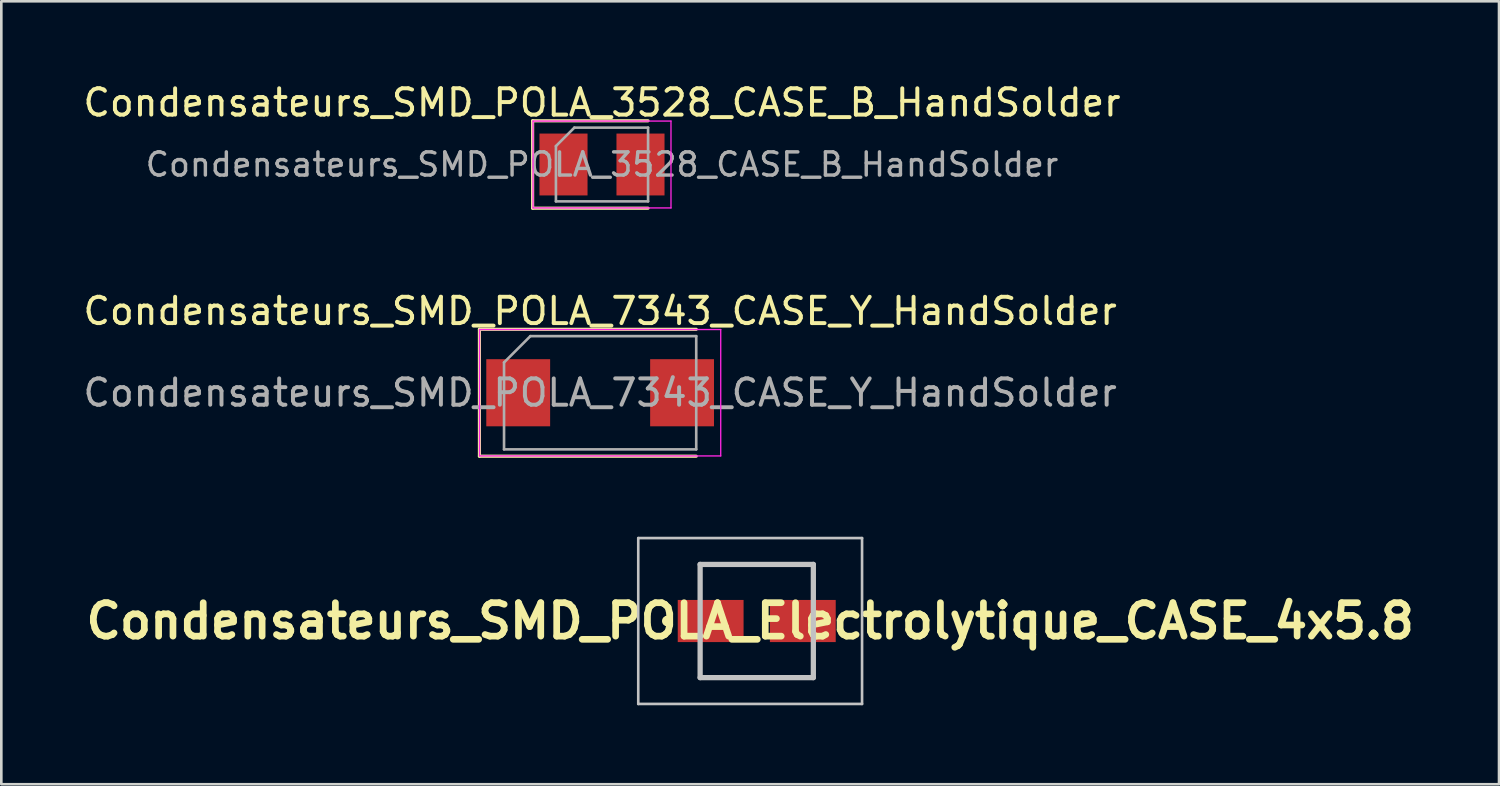
<source format=kicad_pcb>
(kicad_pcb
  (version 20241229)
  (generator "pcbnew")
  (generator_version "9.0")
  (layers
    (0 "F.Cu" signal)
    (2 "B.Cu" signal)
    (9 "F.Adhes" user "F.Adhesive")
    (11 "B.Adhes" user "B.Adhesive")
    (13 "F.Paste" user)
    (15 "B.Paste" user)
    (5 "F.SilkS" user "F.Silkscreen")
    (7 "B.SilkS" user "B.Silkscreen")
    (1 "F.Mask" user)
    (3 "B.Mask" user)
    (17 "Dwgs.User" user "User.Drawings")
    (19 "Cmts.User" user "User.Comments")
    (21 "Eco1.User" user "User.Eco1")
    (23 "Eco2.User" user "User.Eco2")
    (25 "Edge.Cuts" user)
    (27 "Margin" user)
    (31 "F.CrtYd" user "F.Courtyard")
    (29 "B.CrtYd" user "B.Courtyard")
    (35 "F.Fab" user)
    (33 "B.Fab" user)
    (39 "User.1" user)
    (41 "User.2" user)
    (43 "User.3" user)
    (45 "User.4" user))
  (footprint "Condensateurs_SMD_POLA_3528_CASE_B_HandSolder"
    (layer "F.Cu")
    (at 19.815 3.198)
    (property "Reference" "Condensateurs_SMD_POLA_3528_CASE_B_HandSolder" (at 0 -2.35 0) (layer "F.SilkS") (effects (font (size 1 1) (thickness 0.15))))
    (attr smd)
    (fp_line (start -2.635 -1.66) (end -2.635 1.66) (stroke (width 0.12) (type solid)) (layer "F.SilkS"))
    (fp_line (start -2.635 1.66) (end 1.75 1.66) (stroke (width 0.12) (type solid)) (layer "F.SilkS"))
    (fp_line (start 1.75 -1.66) (end -2.635 -1.66) (stroke (width 0.12) (type solid)) (layer "F.SilkS"))
    (fp_line (start -2.62 -1.65) (end 2.62 -1.65) (stroke (width 0.05) (type solid)) (layer "F.CrtYd"))
    (fp_line (start -2.62 1.65) (end -2.62 -1.65) (stroke (width 0.05) (type solid)) (layer "F.CrtYd"))
    (fp_line (start 2.62 -1.65) (end 2.62 1.65) (stroke (width 0.05) (type solid)) (layer "F.CrtYd"))
    (fp_line (start 2.62 1.65) (end -2.62 1.65) (stroke (width 0.05) (type solid)) (layer "F.CrtYd"))
    (fp_line (start -1.75 -0.7) (end -1.75 1.4) (stroke (width 0.1) (type solid)) (layer "F.Fab"))
    (fp_line (start -1.75 1.4) (end 1.75 1.4) (stroke (width 0.1) (type solid)) (layer "F.Fab"))
    (fp_line (start -1.05 -1.4) (end -1.75 -0.7) (stroke (width 0.1) (type solid)) (layer "F.Fab"))
    (fp_line (start 1.75 -1.4) (end -1.05 -1.4) (stroke (width 0.1) (type solid)) (layer "F.Fab"))
    (fp_line (start 1.75 1.4) (end 1.75 -1.4) (stroke (width 0.1) (type solid)) (layer "F.Fab"))
    (fp_text user "${REFERENCE}" (at 0 0 0) (layer "F.Fab") (effects (font (size 0.88 0.88) (thickness 0.13))))
    (pad "1" smd rect (at -1.462 0) (size 1.825 2.35) (layers "F.Cu" "F.Mask" "F.Paste"))
    (pad "2" smd rect (at 1.462 0) (size 1.825 2.35) (layers "F.Cu" "F.Mask" "F.Paste")))
  (footprint "Condensateurs_SMD_POLA_Electrolytique_CASE_4x5.8"
    (layer "F.Cu")
    (at 25.692 20.537)
    (property "Reference" "Condensateurs_SMD_POLA_Electrolytique_CASE_4x5.8" (at -0.25 0 0) (layer "F.SilkS") (effects (font (size 1.27 1.27) (thickness 0.254))))
    (attr smd)
    (fp_line (start -3.4 -0.1) (end -3.4 -0.1) (stroke (width 0.2) (type solid)) (layer "F.SilkS"))
    (fp_line (start -3.4 0.1) (end -3.4 0.1) (stroke (width 0.2) (type solid)) (layer "F.SilkS"))
    (fp_line (start -2.15 -2.15) (end 2.15 -2.15) (stroke (width 0.1) (type solid)) (layer "F.SilkS"))
    (fp_line (start -2.15 -1) (end -2.15 -2.15) (stroke (width 0.1) (type solid)) (layer "F.SilkS"))
    (fp_line (start -2.15 1) (end -2.15 2.15) (stroke (width 0.1) (type solid)) (layer "F.SilkS"))
    (fp_line (start -2.15 2.15) (end 2.15 2.15) (stroke (width 0.1) (type solid)) (layer "F.SilkS"))
    (fp_line (start 2.15 -2.15) (end 2.15 -1) (stroke (width 0.1) (type solid)) (layer "F.SilkS"))
    (fp_line (start 2.15 2.15) (end 2.15 1) (stroke (width 0.1) (type solid)) (layer "F.SilkS"))
    (fp_arc (start -3.4 -0.1) (mid -3.3 0) (end -3.4 0.1) (stroke (width 0.2) (type solid)) (layer "F.SilkS"))
    (fp_arc (start -3.4 0.1) (mid -3.5 0) (end -3.4 -0.1) (stroke (width 0.2) (type solid)) (layer "F.SilkS"))
    (fp_line (start -4.5 -3.15) (end 4 -3.15) (stroke (width 0.1) (type solid)) (layer "Dwgs.User"))
    (fp_line (start -4.5 3.15) (end -4.5 -3.15) (stroke (width 0.1) (type solid)) (layer "Dwgs.User"))
    (fp_line (start -2.15 -2.15) (end 2.15 -2.15) (stroke (width 0.2) (type solid)) (layer "Dwgs.User"))
    (fp_line (start -2.15 2.15) (end -2.15 -2.15) (stroke (width 0.2) (type solid)) (layer "Dwgs.User"))
    (fp_line (start 2.15 -2.15) (end 2.15 2.15) (stroke (width 0.2) (type solid)) (layer "Dwgs.User"))
    (fp_line (start 2.15 2.15) (end -2.15 2.15) (stroke (width 0.2) (type solid)) (layer "Dwgs.User"))
    (fp_line (start 4 -3.15) (end 4 3.15) (stroke (width 0.1) (type solid)) (layer "Dwgs.User"))
    (fp_line (start 4 3.15) (end -4.5 3.15) (stroke (width 0.1) (type solid)) (layer "Dwgs.User"))
    (pad "1" smd rect (at -1.75 0 90) (size 1.6 2.5) (layers "F.Cu" "F.Mask" "F.Paste"))
    (pad "2" smd rect (at 1.75 0 90) (size 1.6 2.5) (layers "F.Cu" "F.Mask" "F.Paste")))
  (footprint "Condensateurs_SMD_POLA_7343_CASE_Y_HandSolder"
    (layer "F.Cu")
    (at 19.744 11.867)
    (property "Reference" "Condensateurs_SMD_POLA_7343_CASE_Y_HandSolder" (at 0 -3.1 0) (layer "F.SilkS") (effects (font (size 1 1) (thickness 0.15))))
    (attr smd)
    (fp_line (start -4.585 -2.41) (end -4.585 2.41) (stroke (width 0.12) (type solid)) (layer "F.SilkS"))
    (fp_line (start -4.585 2.41) (end 3.65 2.41) (stroke (width 0.12) (type solid)) (layer "F.SilkS"))
    (fp_line (start 3.65 -2.41) (end -4.585 -2.41) (stroke (width 0.12) (type solid)) (layer "F.SilkS"))
    (fp_line (start -4.58 -2.4) (end 4.58 -2.4) (stroke (width 0.05) (type solid)) (layer "F.CrtYd"))
    (fp_line (start -4.58 2.4) (end -4.58 -2.4) (stroke (width 0.05) (type solid)) (layer "F.CrtYd"))
    (fp_line (start 4.58 -2.4) (end 4.58 2.4) (stroke (width 0.05) (type solid)) (layer "F.CrtYd"))
    (fp_line (start 4.58 2.4) (end -4.58 2.4) (stroke (width 0.05) (type solid)) (layer "F.CrtYd"))
    (fp_line (start -3.65 -1.15) (end -3.65 2.15) (stroke (width 0.1) (type solid)) (layer "F.Fab"))
    (fp_line (start -3.65 2.15) (end 3.65 2.15) (stroke (width 0.1) (type solid)) (layer "F.Fab"))
    (fp_line (start -2.65 -2.15) (end -3.65 -1.15) (stroke (width 0.1) (type solid)) (layer "F.Fab"))
    (fp_line (start 3.65 -2.15) (end -2.65 -2.15) (stroke (width 0.1) (type solid)) (layer "F.Fab"))
    (fp_line (start 3.65 2.15) (end 3.65 -2.15) (stroke (width 0.1) (type solid)) (layer "F.Fab"))
    (fp_text user "${REFERENCE}" (at 0 0 0) (layer "F.Fab") (effects (font (size 1 1) (thickness 0.15))))
    (pad "1" smd rect (at -3.112 0) (size 2.425 2.55) (layers "F.Cu" "F.Mask" "F.Paste"))
    (pad "2" smd rect (at 3.112 0) (size 2.425 2.55) (layers "F.Cu" "F.Mask" "F.Paste")))
  (gr_rect
    (start -3 -3)
    (end 53.885 26.736)
    (stroke (width 0.1) (type default))
    (fill no)
    (layer "Edge.Cuts")))
</source>
